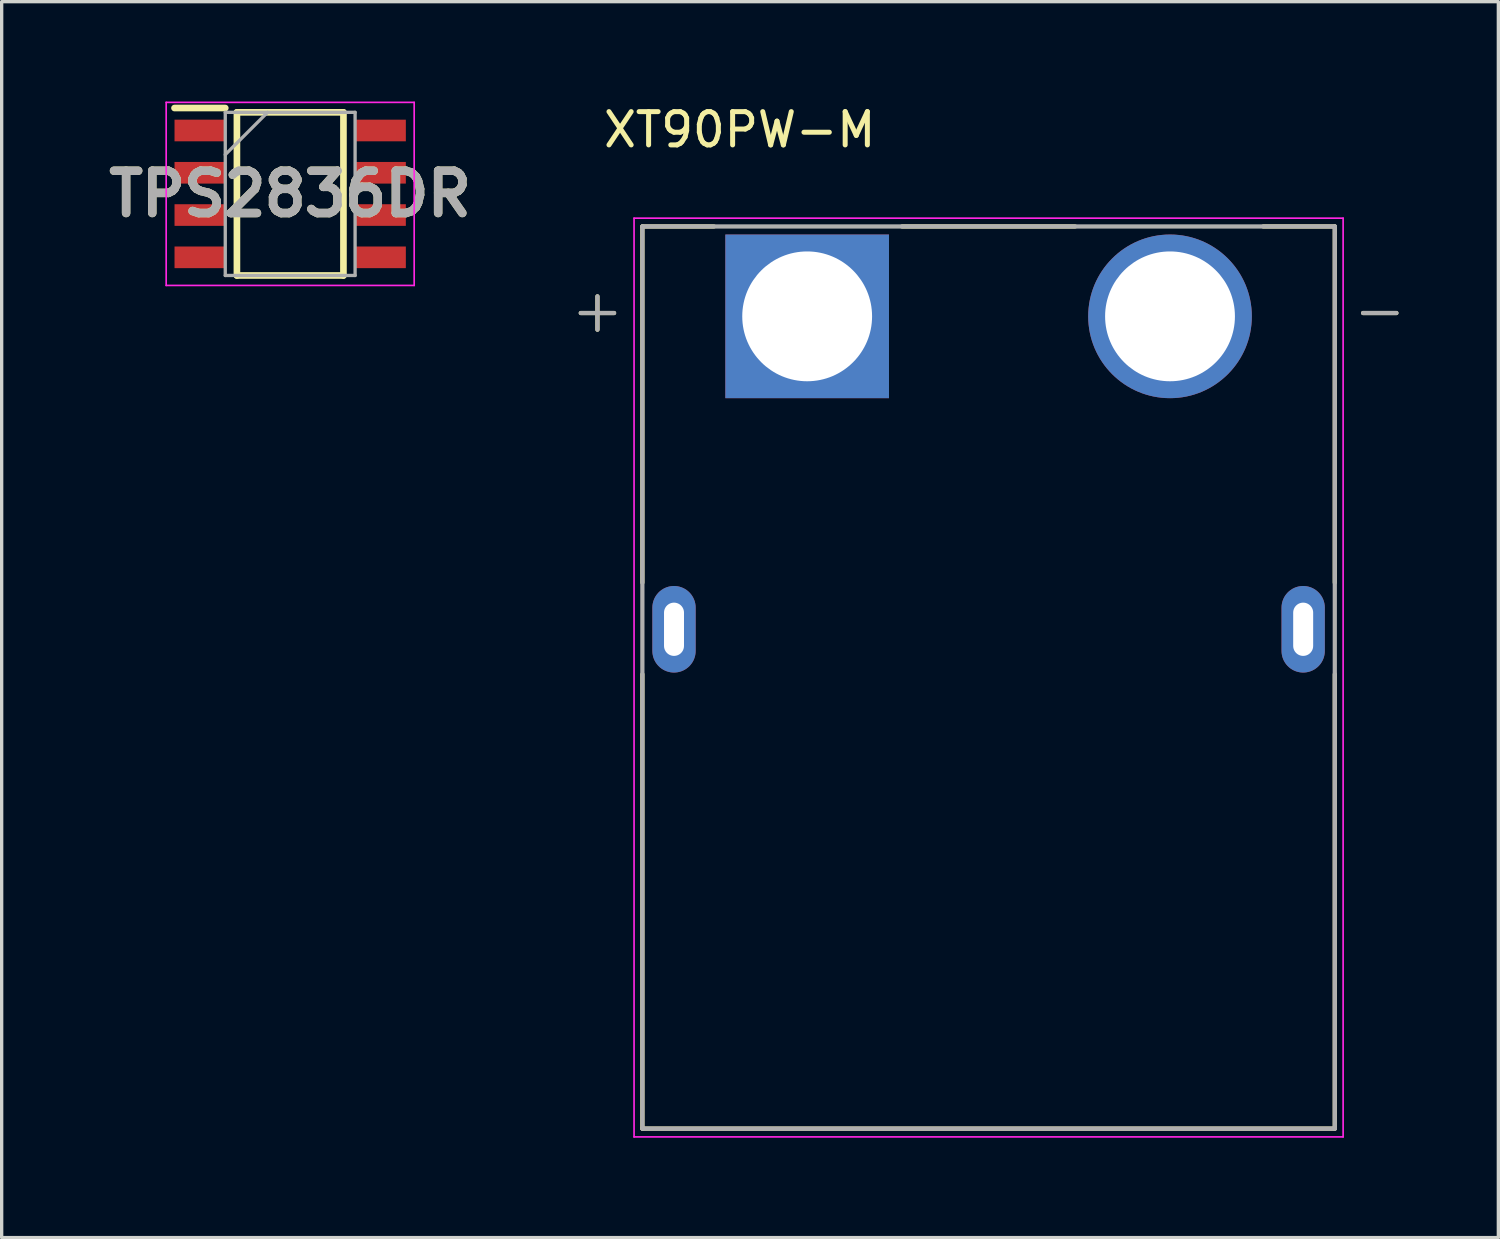
<source format=kicad_pcb>
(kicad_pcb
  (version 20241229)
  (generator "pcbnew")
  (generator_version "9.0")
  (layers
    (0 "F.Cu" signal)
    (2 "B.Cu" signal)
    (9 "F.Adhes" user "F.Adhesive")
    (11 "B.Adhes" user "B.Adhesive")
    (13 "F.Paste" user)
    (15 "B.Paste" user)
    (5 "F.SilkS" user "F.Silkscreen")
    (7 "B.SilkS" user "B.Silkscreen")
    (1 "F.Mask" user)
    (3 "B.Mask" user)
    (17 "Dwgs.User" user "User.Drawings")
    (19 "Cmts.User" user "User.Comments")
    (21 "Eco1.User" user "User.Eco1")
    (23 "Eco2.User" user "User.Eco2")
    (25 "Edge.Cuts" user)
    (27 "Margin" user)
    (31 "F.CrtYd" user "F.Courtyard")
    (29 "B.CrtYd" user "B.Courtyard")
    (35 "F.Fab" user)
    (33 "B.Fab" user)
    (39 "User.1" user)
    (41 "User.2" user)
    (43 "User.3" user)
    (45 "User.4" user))
  (footprint "XT90PW-M"
    (layer "F.Cu")
    (at 26.647 15.853)
    (property "Reference" "XT90PW-M" (at -7.475 -15.005 0) (layer "F.SilkS") (effects (font (size 1 1) (thickness 0.15))))
    (attr through_hole)
    (fp_line (start -11.75 -9) (end -11.75 -10) (stroke (width 0.127) (type solid)) (layer "F.SilkS"))
    (fp_line (start -11.25 -9.5) (end -12.25 -9.5) (stroke (width 0.127) (type solid)) (layer "F.SilkS"))
    (fp_line (start -10.4 -12.1) (end -10.4 -1.4) (stroke (width 0.127) (type solid)) (layer "F.SilkS"))
    (fp_line (start -10.4 1.35) (end -10.4 15) (stroke (width 0.127) (type solid)) (layer "F.SilkS"))
    (fp_line (start -10.4 15) (end 10.4 15) (stroke (width 0.127) (type solid)) (layer "F.SilkS"))
    (fp_line (start -8.25 -12.1) (end -10.4 -12.1) (stroke (width 0.127) (type solid)) (layer "F.SilkS"))
    (fp_line (start -2.6 -12.1) (end 2.6 -12.1) (stroke (width 0.127) (type solid)) (layer "F.SilkS"))
    (fp_line (start 10.4 -12.1) (end 8.25 -12.1) (stroke (width 0.127) (type solid)) (layer "F.SilkS"))
    (fp_line (start 10.4 -1.4) (end 10.4 -12.1) (stroke (width 0.127) (type solid)) (layer "F.SilkS"))
    (fp_line (start 10.4 15) (end 10.4 1.35) (stroke (width 0.127) (type solid)) (layer "F.SilkS"))
    (fp_line (start 11.25 -9.5) (end 12.25 -9.5) (stroke (width 0.127) (type solid)) (layer "F.SilkS"))
    (fp_line (start -10.65 -12.35) (end 10.65 -12.35) (stroke (width 0.05) (type solid)) (layer "F.CrtYd"))
    (fp_line (start -10.65 15.25) (end -10.65 -12.35) (stroke (width 0.05) (type solid)) (layer "F.CrtYd"))
    (fp_line (start 10.65 -12.35) (end 10.65 15.25) (stroke (width 0.05) (type solid)) (layer "F.CrtYd"))
    (fp_line (start 10.65 15.25) (end -10.65 15.25) (stroke (width 0.05) (type solid)) (layer "F.CrtYd"))
    (fp_line (start -11.75 -9) (end -11.75 -10) (stroke (width 0.127) (type solid)) (layer "F.Fab"))
    (fp_line (start -11.25 -9.5) (end -12.25 -9.5) (stroke (width 0.127) (type solid)) (layer "F.Fab"))
    (fp_line (start -10.4 -12.1) (end 10.4 -12.1) (stroke (width 0.127) (type solid)) (layer "F.Fab"))
    (fp_line (start -10.4 15) (end -10.4 -12.1) (stroke (width 0.127) (type solid)) (layer "F.Fab"))
    (fp_line (start 10.4 -12.1) (end 10.4 15) (stroke (width 0.127) (type solid)) (layer "F.Fab"))
    (fp_line (start 10.4 15) (end -10.4 15) (stroke (width 0.127) (type solid)) (layer "F.Fab"))
    (fp_line (start 12.25 -9.5) (end 11.25 -9.5) (stroke (width 0.127) (type solid)) (layer "F.Fab"))
    (pad "N" thru_hole circle (at 5.45 -9.4) (size 4.916 4.916) (drill 3.9) (layers "*.Cu" "*.Mask"))
    (pad "P" thru_hole rect (at -5.45 -9.4) (size 4.916 4.916) (drill 3.9) (layers "*.Cu" "*.Mask"))
    (pad "S1" thru_hole oval (at -9.45 0) (size 1.3 2.6) (drill oval 0.6 1.6) (layers "*.Cu" "*.Mask"))
    (pad "S2" thru_hole oval (at 9.45 0) (size 1.3 2.6) (drill oval 0.6 1.6) (layers "*.Cu" "*.Mask")))
  (footprint "TPS2836DR"
    (layer "F.Cu")
    (at 5.667 2.775)
    (property "Reference" "TPS2836DR" (at 0 0 0) (layer "F.SilkS") (effects (font (size 1.27 1.27) (thickness 0.254))))
    (attr smd)
    (fp_line (start -3.475 -2.58) (end -1.95 -2.58) (stroke (width 0.2) (type solid)) (layer "F.SilkS"))
    (fp_line (start -1.6 -2.45) (end 1.6 -2.45) (stroke (width 0.2) (type solid)) (layer "F.SilkS"))
    (fp_line (start -1.6 2.45) (end -1.6 -2.45) (stroke (width 0.2) (type solid)) (layer "F.SilkS"))
    (fp_line (start 1.6 -2.45) (end 1.6 2.45) (stroke (width 0.2) (type solid)) (layer "F.SilkS"))
    (fp_line (start 1.6 2.45) (end -1.6 2.45) (stroke (width 0.2) (type solid)) (layer "F.SilkS"))
    (fp_line (start -3.725 -2.75) (end 3.725 -2.75) (stroke (width 0.05) (type solid)) (layer "F.CrtYd"))
    (fp_line (start -3.725 2.75) (end -3.725 -2.75) (stroke (width 0.05) (type solid)) (layer "F.CrtYd"))
    (fp_line (start 3.725 -2.75) (end 3.725 2.75) (stroke (width 0.05) (type solid)) (layer "F.CrtYd"))
    (fp_line (start 3.725 2.75) (end -3.725 2.75) (stroke (width 0.05) (type solid)) (layer "F.CrtYd"))
    (fp_line (start -1.95 -2.45) (end 1.95 -2.45) (stroke (width 0.1) (type solid)) (layer "F.Fab"))
    (fp_line (start -1.95 -1.18) (end -0.68 -2.45) (stroke (width 0.1) (type solid)) (layer "F.Fab"))
    (fp_line (start -1.95 2.45) (end -1.95 -2.45) (stroke (width 0.1) (type solid)) (layer "F.Fab"))
    (fp_line (start 1.95 -2.45) (end 1.95 2.45) (stroke (width 0.1) (type solid)) (layer "F.Fab"))
    (fp_line (start 1.95 2.45) (end -1.95 2.45) (stroke (width 0.1) (type solid)) (layer "F.Fab"))
    (fp_text user "${REFERENCE}" (at 0 0 0) (layer "F.Fab") (effects (font (size 1.27 1.27) (thickness 0.254))))
    (pad "1" smd rect (at -2.712 -1.905 90) (size 0.65 1.525) (layers "F.Cu" "F.Mask" "F.Paste"))
    (pad "2" smd rect (at -2.712 -0.635 90) (size 0.65 1.525) (layers "F.Cu" "F.Mask" "F.Paste"))
    (pad "3" smd rect (at -2.712 0.635 90) (size 0.65 1.525) (layers "F.Cu" "F.Mask" "F.Paste"))
    (pad "4" smd rect (at -2.712 1.905 90) (size 0.65 1.525) (layers "F.Cu" "F.Mask" "F.Paste"))
    (pad "5" smd rect (at 2.712 1.905 90) (size 0.65 1.525) (layers "F.Cu" "F.Mask" "F.Paste"))
    (pad "6" smd rect (at 2.712 0.635 90) (size 0.65 1.525) (layers "F.Cu" "F.Mask" "F.Paste"))
    (pad "7" smd rect (at 2.712 -0.635 90) (size 0.65 1.525) (layers "F.Cu" "F.Mask" "F.Paste"))
    (pad "8" smd rect (at 2.712 -1.905 90) (size 0.65 1.525) (layers "F.Cu" "F.Mask" "F.Paste")))
  (gr_rect
    (start -3 -3)
    (end 41.96 34.128)
    (stroke (width 0.1) (type default))
    (fill no)
    (layer "Edge.Cuts")))
</source>
